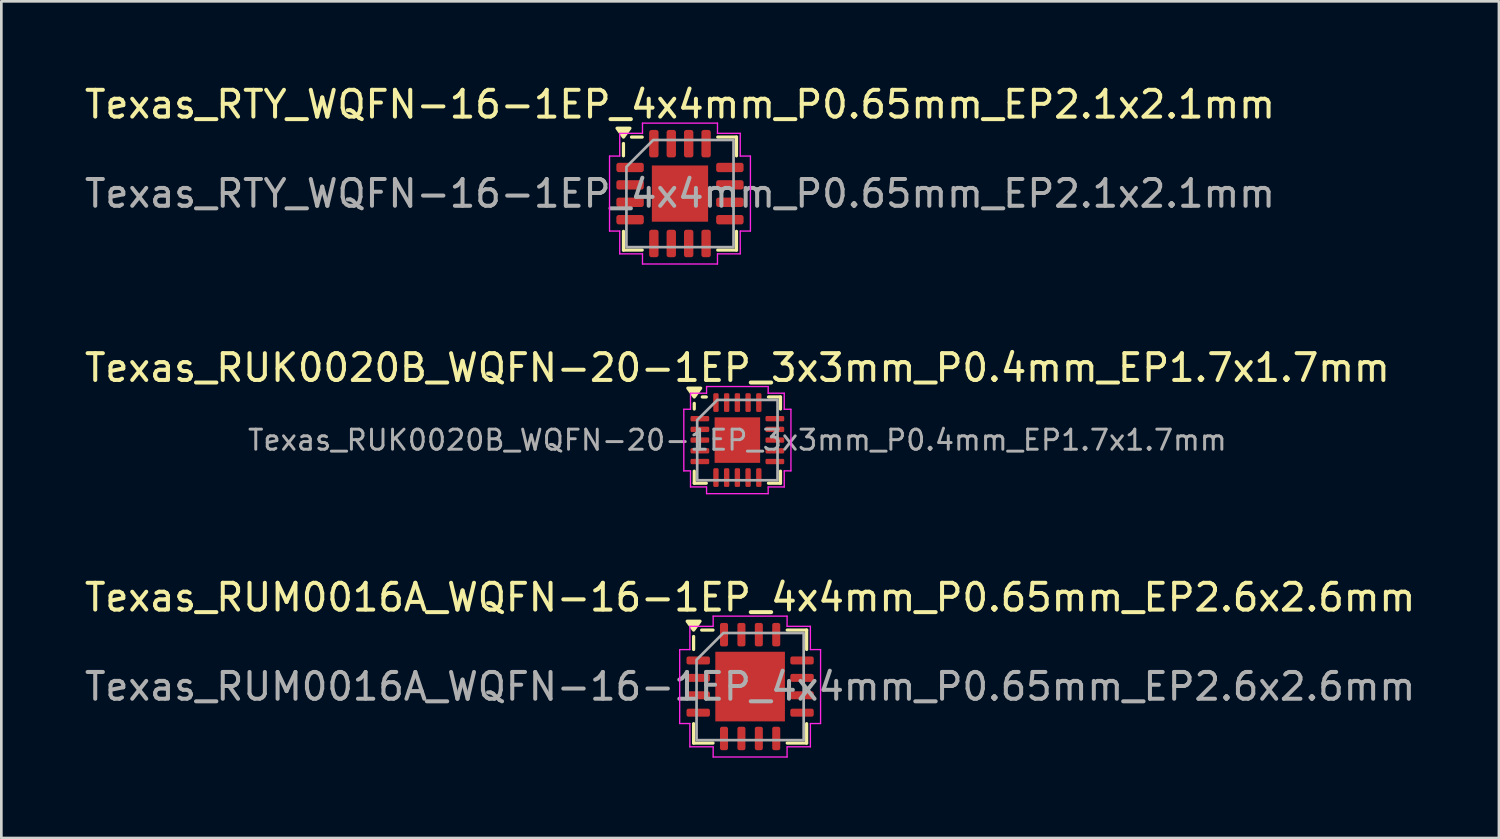
<source format=kicad_pcb>
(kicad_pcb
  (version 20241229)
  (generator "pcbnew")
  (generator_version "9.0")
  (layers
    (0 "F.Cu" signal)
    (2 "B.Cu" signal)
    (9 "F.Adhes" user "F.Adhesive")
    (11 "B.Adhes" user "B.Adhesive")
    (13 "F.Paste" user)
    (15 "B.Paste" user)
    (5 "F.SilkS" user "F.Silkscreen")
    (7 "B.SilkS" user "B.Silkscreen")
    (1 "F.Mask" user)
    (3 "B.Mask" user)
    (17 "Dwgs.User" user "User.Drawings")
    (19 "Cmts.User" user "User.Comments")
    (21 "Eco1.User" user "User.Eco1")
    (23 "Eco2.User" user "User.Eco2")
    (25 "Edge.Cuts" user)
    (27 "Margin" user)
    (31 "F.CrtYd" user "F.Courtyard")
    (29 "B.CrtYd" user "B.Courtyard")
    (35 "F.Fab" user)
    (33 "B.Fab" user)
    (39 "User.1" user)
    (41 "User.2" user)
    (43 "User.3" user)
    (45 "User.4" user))
  (footprint "Texas_RTY_WQFN-16-1EP_4x4mm_P0.65mm_EP2.1x2.1mm"
    (layer "F.Cu")
    (at 22.339 4.178)
    (property "Reference" "Texas_RTY_WQFN-16-1EP_4x4mm_P0.65mm_EP2.1x2.1mm" (at 0 -3.33 0) (layer "F.SilkS") (effects (font (size 1 1) (thickness 0.15))))
    (attr smd)
    (fp_line (start -2.11 -1.41) (end -2.11 -1.87) (stroke (width 0.12) (type solid)) (layer "F.SilkS"))
    (fp_line (start -2.11 2.11) (end -2.11 1.41) (stroke (width 0.12) (type solid)) (layer "F.SilkS"))
    (fp_line (start -1.41 -2.11) (end -1.81 -2.11) (stroke (width 0.12) (type solid)) (layer "F.SilkS"))
    (fp_line (start -1.41 2.11) (end -2.11 2.11) (stroke (width 0.12) (type solid)) (layer "F.SilkS"))
    (fp_line (start 1.41 -2.11) (end 2.11 -2.11) (stroke (width 0.12) (type solid)) (layer "F.SilkS"))
    (fp_line (start 1.41 2.11) (end 2.11 2.11) (stroke (width 0.12) (type solid)) (layer "F.SilkS"))
    (fp_line (start 2.11 -2.11) (end 2.11 -1.41) (stroke (width 0.12) (type solid)) (layer "F.SilkS"))
    (fp_line (start 2.11 2.11) (end 2.11 1.41) (stroke (width 0.12) (type solid)) (layer "F.SilkS"))
    (fp_poly (pts (xy -2.11 -2.11) (xy -2.35 -2.44) (xy -1.87 -2.44)) (stroke (width 0.12) (type solid)) (fill yes) (layer "F.SilkS"))
    (fp_line (start -2.63 -1.4) (end -2.25 -1.4) (stroke (width 0.05) (type solid)) (layer "F.CrtYd"))
    (fp_line (start -2.63 1.4) (end -2.63 -1.4) (stroke (width 0.05) (type solid)) (layer "F.CrtYd"))
    (fp_line (start -2.25 -2.25) (end -1.4 -2.25) (stroke (width 0.05) (type solid)) (layer "F.CrtYd"))
    (fp_line (start -2.25 -1.4) (end -2.25 -2.25) (stroke (width 0.05) (type solid)) (layer "F.CrtYd"))
    (fp_line (start -2.25 1.4) (end -2.63 1.4) (stroke (width 0.05) (type solid)) (layer "F.CrtYd"))
    (fp_line (start -2.25 2.25) (end -2.25 1.4) (stroke (width 0.05) (type solid)) (layer "F.CrtYd"))
    (fp_line (start -1.4 -2.63) (end 1.4 -2.63) (stroke (width 0.05) (type solid)) (layer "F.CrtYd"))
    (fp_line (start -1.4 -2.25) (end -1.4 -2.63) (stroke (width 0.05) (type solid)) (layer "F.CrtYd"))
    (fp_line (start -1.4 2.25) (end -2.25 2.25) (stroke (width 0.05) (type solid)) (layer "F.CrtYd"))
    (fp_line (start -1.4 2.63) (end -1.4 2.25) (stroke (width 0.05) (type solid)) (layer "F.CrtYd"))
    (fp_line (start 1.4 -2.63) (end 1.4 -2.25) (stroke (width 0.05) (type solid)) (layer "F.CrtYd"))
    (fp_line (start 1.4 -2.25) (end 2.25 -2.25) (stroke (width 0.05) (type solid)) (layer "F.CrtYd"))
    (fp_line (start 1.4 2.25) (end 1.4 2.63) (stroke (width 0.05) (type solid)) (layer "F.CrtYd"))
    (fp_line (start 1.4 2.63) (end -1.4 2.63) (stroke (width 0.05) (type solid)) (layer "F.CrtYd"))
    (fp_line (start 2.25 -2.25) (end 2.25 -1.4) (stroke (width 0.05) (type solid)) (layer "F.CrtYd"))
    (fp_line (start 2.25 -1.4) (end 2.63 -1.4) (stroke (width 0.05) (type solid)) (layer "F.CrtYd"))
    (fp_line (start 2.25 1.4) (end 2.25 2.25) (stroke (width 0.05) (type solid)) (layer "F.CrtYd"))
    (fp_line (start 2.25 2.25) (end 1.4 2.25) (stroke (width 0.05) (type solid)) (layer "F.CrtYd"))
    (fp_line (start 2.63 -1.4) (end 2.63 1.4) (stroke (width 0.05) (type solid)) (layer "F.CrtYd"))
    (fp_line (start 2.63 1.4) (end 2.25 1.4) (stroke (width 0.05) (type solid)) (layer "F.CrtYd"))
    (fp_poly (pts (xy -2 -1) (xy -2 2) (xy 2 2) (xy 2 -2) (xy -1 -2)) (stroke (width 0.1) (type solid)) (fill no) (layer "F.Fab"))
    (fp_text user "${REFERENCE}" (at 0 0 0) (layer "F.Fab") (effects (font (size 1 1) (thickness 0.15))))
    (pad "" smd roundrect (at -0.525 -0.525) (size 0.85 0.85) (layers "F.Paste") (roundrect_rratio 0.25))
    (pad "" smd roundrect (at -0.525 0.525) (size 0.85 0.85) (layers "F.Paste") (roundrect_rratio 0.25))
    (pad "" smd roundrect (at 0.525 -0.525) (size 0.85 0.85) (layers "F.Paste") (roundrect_rratio 0.25))
    (pad "" smd roundrect (at 0.525 0.525) (size 0.85 0.85) (layers "F.Paste") (roundrect_rratio 0.25))
    (pad "1" smd roundrect (at -1.863 -0.975) (size 1.025 0.35) (layers "F.Cu" "F.Mask" "F.Paste") (roundrect_rratio 0.25))
    (pad "2" smd roundrect (at -1.863 -0.325) (size 1.025 0.35) (layers "F.Cu" "F.Mask" "F.Paste") (roundrect_rratio 0.25))
    (pad "3" smd roundrect (at -1.863 0.325) (size 1.025 0.35) (layers "F.Cu" "F.Mask" "F.Paste") (roundrect_rratio 0.25))
    (pad "4" smd roundrect (at -1.863 0.975) (size 1.025 0.35) (layers "F.Cu" "F.Mask" "F.Paste") (roundrect_rratio 0.25))
    (pad "5" smd roundrect (at -0.975 1.863) (size 0.35 1.025) (layers "F.Cu" "F.Mask" "F.Paste") (roundrect_rratio 0.25))
    (pad "6" smd roundrect (at -0.325 1.863) (size 0.35 1.025) (layers "F.Cu" "F.Mask" "F.Paste") (roundrect_rratio 0.25))
    (pad "7" smd roundrect (at 0.325 1.863) (size 0.35 1.025) (layers "F.Cu" "F.Mask" "F.Paste") (roundrect_rratio 0.25))
    (pad "8" smd roundrect (at 0.975 1.863) (size 0.35 1.025) (layers "F.Cu" "F.Mask" "F.Paste") (roundrect_rratio 0.25))
    (pad "9" smd roundrect (at 1.863 0.975) (size 1.025 0.35) (layers "F.Cu" "F.Mask" "F.Paste") (roundrect_rratio 0.25))
    (pad "10" smd roundrect (at 1.863 0.325) (size 1.025 0.35) (layers "F.Cu" "F.Mask" "F.Paste") (roundrect_rratio 0.25))
    (pad "11" smd roundrect (at 1.863 -0.325) (size 1.025 0.35) (layers "F.Cu" "F.Mask" "F.Paste") (roundrect_rratio 0.25))
    (pad "12" smd roundrect (at 1.863 -0.975) (size 1.025 0.35) (layers "F.Cu" "F.Mask" "F.Paste") (roundrect_rratio 0.25))
    (pad "13" smd roundrect (at 0.975 -1.863) (size 0.35 1.025) (layers "F.Cu" "F.Mask" "F.Paste") (roundrect_rratio 0.25))
    (pad "14" smd roundrect (at 0.325 -1.863) (size 0.35 1.025) (layers "F.Cu" "F.Mask" "F.Paste") (roundrect_rratio 0.25))
    (pad "15" smd roundrect (at -0.325 -1.863) (size 0.35 1.025) (layers "F.Cu" "F.Mask" "F.Paste") (roundrect_rratio 0.25))
    (pad "16" smd roundrect (at -0.975 -1.863) (size 0.35 1.025) (layers "F.Cu" "F.Mask" "F.Paste") (roundrect_rratio 0.25))
    (pad "17" smd rect (at 0 0) (size 2.1 2.1) (property pad_prop_heatsink) (layers "F.Cu" "F.Mask")))
  (footprint "Texas_RUK0020B_WQFN-20-1EP_3x3mm_P0.4mm_EP1.7x1.7mm"
    (layer "F.Cu")
    (at 24.482 13.382)
    (property "Reference" "Texas_RUK0020B_WQFN-20-1EP_3x3mm_P0.4mm_EP1.7x1.7mm" (at 0 -2.7 0) (layer "F.SilkS") (effects (font (size 1 1) (thickness 0.15))))
    (attr smd)
    (fp_line (start -1.61 -1.16) (end -1.61 -1.37) (stroke (width 0.12) (type solid)) (layer "F.SilkS"))
    (fp_line (start -1.61 1.61) (end -1.61 1.16) (stroke (width 0.12) (type solid)) (layer "F.SilkS"))
    (fp_line (start -1.16 -1.61) (end -1.31 -1.61) (stroke (width 0.12) (type solid)) (layer "F.SilkS"))
    (fp_line (start -1.16 1.61) (end -1.61 1.61) (stroke (width 0.12) (type solid)) (layer "F.SilkS"))
    (fp_line (start 1.16 -1.61) (end 1.61 -1.61) (stroke (width 0.12) (type solid)) (layer "F.SilkS"))
    (fp_line (start 1.16 1.61) (end 1.61 1.61) (stroke (width 0.12) (type solid)) (layer "F.SilkS"))
    (fp_line (start 1.61 -1.61) (end 1.61 -1.16) (stroke (width 0.12) (type solid)) (layer "F.SilkS"))
    (fp_line (start 1.61 1.61) (end 1.61 1.16) (stroke (width 0.12) (type solid)) (layer "F.SilkS"))
    (fp_poly (pts (xy -1.61 -1.61) (xy -1.85 -1.94) (xy -1.37 -1.94)) (stroke (width 0.12) (type solid)) (fill yes) (layer "F.SilkS"))
    (fp_line (start -2 -1.15) (end -1.75 -1.15) (stroke (width 0.05) (type solid)) (layer "F.CrtYd"))
    (fp_line (start -2 1.15) (end -2 -1.15) (stroke (width 0.05) (type solid)) (layer "F.CrtYd"))
    (fp_line (start -1.75 -1.75) (end -1.15 -1.75) (stroke (width 0.05) (type solid)) (layer "F.CrtYd"))
    (fp_line (start -1.75 -1.15) (end -1.75 -1.75) (stroke (width 0.05) (type solid)) (layer "F.CrtYd"))
    (fp_line (start -1.75 1.15) (end -2 1.15) (stroke (width 0.05) (type solid)) (layer "F.CrtYd"))
    (fp_line (start -1.75 1.75) (end -1.75 1.15) (stroke (width 0.05) (type solid)) (layer "F.CrtYd"))
    (fp_line (start -1.15 -2) (end 1.15 -2) (stroke (width 0.05) (type solid)) (layer "F.CrtYd"))
    (fp_line (start -1.15 -1.75) (end -1.15 -2) (stroke (width 0.05) (type solid)) (layer "F.CrtYd"))
    (fp_line (start -1.15 1.75) (end -1.75 1.75) (stroke (width 0.05) (type solid)) (layer "F.CrtYd"))
    (fp_line (start -1.15 2) (end -1.15 1.75) (stroke (width 0.05) (type solid)) (layer "F.CrtYd"))
    (fp_line (start 1.15 -2) (end 1.15 -1.75) (stroke (width 0.05) (type solid)) (layer "F.CrtYd"))
    (fp_line (start 1.15 -1.75) (end 1.75 -1.75) (stroke (width 0.05) (type solid)) (layer "F.CrtYd"))
    (fp_line (start 1.15 1.75) (end 1.15 2) (stroke (width 0.05) (type solid)) (layer "F.CrtYd"))
    (fp_line (start 1.15 2) (end -1.15 2) (stroke (width 0.05) (type solid)) (layer "F.CrtYd"))
    (fp_line (start 1.75 -1.75) (end 1.75 -1.15) (stroke (width 0.05) (type solid)) (layer "F.CrtYd"))
    (fp_line (start 1.75 -1.15) (end 2 -1.15) (stroke (width 0.05) (type solid)) (layer "F.CrtYd"))
    (fp_line (start 1.75 1.15) (end 1.75 1.75) (stroke (width 0.05) (type solid)) (layer "F.CrtYd"))
    (fp_line (start 1.75 1.75) (end 1.15 1.75) (stroke (width 0.05) (type solid)) (layer "F.CrtYd"))
    (fp_line (start 2 -1.15) (end 2 1.15) (stroke (width 0.05) (type solid)) (layer "F.CrtYd"))
    (fp_line (start 2 1.15) (end 1.75 1.15) (stroke (width 0.05) (type solid)) (layer "F.CrtYd"))
    (fp_poly (pts (xy -1.5 -0.75) (xy -1.5 1.5) (xy 1.5 1.5) (xy 1.5 -1.5) (xy -0.75 -1.5)) (stroke (width 0.1) (type solid)) (fill no) (layer "F.Fab"))
    (fp_text user "${REFERENCE}" (at 0 0 0) (layer "F.Fab") (effects (font (size 0.75 0.75) (thickness 0.11))))
    (pad "" smd roundrect (at -0.425 -0.425) (size 0.69 0.69) (layers "F.Paste") (roundrect_rratio 0.25))
    (pad "" smd roundrect (at -0.425 0.425) (size 0.69 0.69) (layers "F.Paste") (roundrect_rratio 0.25))
    (pad "" smd roundrect (at 0.425 -0.425) (size 0.69 0.69) (layers "F.Paste") (roundrect_rratio 0.25))
    (pad "" smd roundrect (at 0.425 0.425) (size 0.69 0.69) (layers "F.Paste") (roundrect_rratio 0.25))
    (pad "1" smd roundrect (at -1.4 -0.8) (size 0.7 0.2) (layers "F.Cu" "F.Mask" "F.Paste") (roundrect_rratio 0.25))
    (pad "2" smd roundrect (at -1.4 -0.4) (size 0.7 0.2) (layers "F.Cu" "F.Mask" "F.Paste") (roundrect_rratio 0.25))
    (pad "3" smd roundrect (at -1.4 0) (size 0.7 0.2) (layers "F.Cu" "F.Mask" "F.Paste") (roundrect_rratio 0.25))
    (pad "4" smd roundrect (at -1.4 0.4) (size 0.7 0.2) (layers "F.Cu" "F.Mask" "F.Paste") (roundrect_rratio 0.25))
    (pad "5" smd roundrect (at -1.4 0.8) (size 0.7 0.2) (layers "F.Cu" "F.Mask" "F.Paste") (roundrect_rratio 0.25))
    (pad "6" smd roundrect (at -0.8 1.4) (size 0.2 0.7) (layers "F.Cu" "F.Mask" "F.Paste") (roundrect_rratio 0.25))
    (pad "7" smd roundrect (at -0.4 1.4) (size 0.2 0.7) (layers "F.Cu" "F.Mask" "F.Paste") (roundrect_rratio 0.25))
    (pad "8" smd roundrect (at 0 1.4) (size 0.2 0.7) (layers "F.Cu" "F.Mask" "F.Paste") (roundrect_rratio 0.25))
    (pad "9" smd roundrect (at 0.4 1.4) (size 0.2 0.7) (layers "F.Cu" "F.Mask" "F.Paste") (roundrect_rratio 0.25))
    (pad "10" smd roundrect (at 0.8 1.4) (size 0.2 0.7) (layers "F.Cu" "F.Mask" "F.Paste") (roundrect_rratio 0.25))
    (pad "11" smd roundrect (at 1.4 0.8) (size 0.7 0.2) (layers "F.Cu" "F.Mask" "F.Paste") (roundrect_rratio 0.25))
    (pad "12" smd roundrect (at 1.4 0.4) (size 0.7 0.2) (layers "F.Cu" "F.Mask" "F.Paste") (roundrect_rratio 0.25))
    (pad "13" smd roundrect (at 1.4 0) (size 0.7 0.2) (layers "F.Cu" "F.Mask" "F.Paste") (roundrect_rratio 0.25))
    (pad "14" smd roundrect (at 1.4 -0.4) (size 0.7 0.2) (layers "F.Cu" "F.Mask" "F.Paste") (roundrect_rratio 0.25))
    (pad "15" smd roundrect (at 1.4 -0.8) (size 0.7 0.2) (layers "F.Cu" "F.Mask" "F.Paste") (roundrect_rratio 0.25))
    (pad "16" smd roundrect (at 0.8 -1.4) (size 0.2 0.7) (layers "F.Cu" "F.Mask" "F.Paste") (roundrect_rratio 0.25))
    (pad "17" smd roundrect (at 0.4 -1.4) (size 0.2 0.7) (layers "F.Cu" "F.Mask" "F.Paste") (roundrect_rratio 0.25))
    (pad "18" smd roundrect (at 0 -1.4) (size 0.2 0.7) (layers "F.Cu" "F.Mask" "F.Paste") (roundrect_rratio 0.25))
    (pad "19" smd roundrect (at -0.4 -1.4) (size 0.2 0.7) (layers "F.Cu" "F.Mask" "F.Paste") (roundrect_rratio 0.25))
    (pad "20" smd roundrect (at -0.8 -1.4) (size 0.2 0.7) (layers "F.Cu" "F.Mask" "F.Paste") (roundrect_rratio 0.25))
    (pad "21" smd rect (at 0 0) (size 1.7 1.7) (property pad_prop_heatsink) (layers "F.Cu" "F.Mask")))
  (footprint "Texas_RUM0016A_WQFN-16-1EP_4x4mm_P0.65mm_EP2.6x2.6mm"
    (layer "F.Cu")
    (at 24.958 22.585)
    (property "Reference" "Texas_RUM0016A_WQFN-16-1EP_4x4mm_P0.65mm_EP2.6x2.6mm" (at 0 -3.33 0) (layer "F.SilkS") (effects (font (size 1 1) (thickness 0.15))))
    (attr smd)
    (fp_line (start -2.11 -1.385) (end -2.11 -1.87) (stroke (width 0.12) (type solid)) (layer "F.SilkS"))
    (fp_line (start -2.11 2.11) (end -2.11 1.385) (stroke (width 0.12) (type solid)) (layer "F.SilkS"))
    (fp_line (start -1.385 -2.11) (end -1.81 -2.11) (stroke (width 0.12) (type solid)) (layer "F.SilkS"))
    (fp_line (start -1.385 2.11) (end -2.11 2.11) (stroke (width 0.12) (type solid)) (layer "F.SilkS"))
    (fp_line (start 1.385 -2.11) (end 2.11 -2.11) (stroke (width 0.12) (type solid)) (layer "F.SilkS"))
    (fp_line (start 1.385 2.11) (end 2.11 2.11) (stroke (width 0.12) (type solid)) (layer "F.SilkS"))
    (fp_line (start 2.11 -2.11) (end 2.11 -1.385) (stroke (width 0.12) (type solid)) (layer "F.SilkS"))
    (fp_line (start 2.11 2.11) (end 2.11 1.385) (stroke (width 0.12) (type solid)) (layer "F.SilkS"))
    (fp_poly (pts (xy -2.11 -2.11) (xy -2.35 -2.44) (xy -1.87 -2.44)) (stroke (width 0.12) (type solid)) (fill yes) (layer "F.SilkS"))
    (fp_line (start -2.63 -1.38) (end -2.25 -1.38) (stroke (width 0.05) (type solid)) (layer "F.CrtYd"))
    (fp_line (start -2.63 1.38) (end -2.63 -1.38) (stroke (width 0.05) (type solid)) (layer "F.CrtYd"))
    (fp_line (start -2.25 -2.25) (end -1.38 -2.25) (stroke (width 0.05) (type solid)) (layer "F.CrtYd"))
    (fp_line (start -2.25 -1.38) (end -2.25 -2.25) (stroke (width 0.05) (type solid)) (layer "F.CrtYd"))
    (fp_line (start -2.25 1.38) (end -2.63 1.38) (stroke (width 0.05) (type solid)) (layer "F.CrtYd"))
    (fp_line (start -2.25 2.25) (end -2.25 1.38) (stroke (width 0.05) (type solid)) (layer "F.CrtYd"))
    (fp_line (start -1.38 -2.63) (end 1.38 -2.63) (stroke (width 0.05) (type solid)) (layer "F.CrtYd"))
    (fp_line (start -1.38 -2.25) (end -1.38 -2.63) (stroke (width 0.05) (type solid)) (layer "F.CrtYd"))
    (fp_line (start -1.38 2.25) (end -2.25 2.25) (stroke (width 0.05) (type solid)) (layer "F.CrtYd"))
    (fp_line (start -1.38 2.63) (end -1.38 2.25) (stroke (width 0.05) (type solid)) (layer "F.CrtYd"))
    (fp_line (start 1.38 -2.63) (end 1.38 -2.25) (stroke (width 0.05) (type solid)) (layer "F.CrtYd"))
    (fp_line (start 1.38 -2.25) (end 2.25 -2.25) (stroke (width 0.05) (type solid)) (layer "F.CrtYd"))
    (fp_line (start 1.38 2.25) (end 1.38 2.63) (stroke (width 0.05) (type solid)) (layer "F.CrtYd"))
    (fp_line (start 1.38 2.63) (end -1.38 2.63) (stroke (width 0.05) (type solid)) (layer "F.CrtYd"))
    (fp_line (start 2.25 -2.25) (end 2.25 -1.38) (stroke (width 0.05) (type solid)) (layer "F.CrtYd"))
    (fp_line (start 2.25 -1.38) (end 2.63 -1.38) (stroke (width 0.05) (type solid)) (layer "F.CrtYd"))
    (fp_line (start 2.25 1.38) (end 2.25 2.25) (stroke (width 0.05) (type solid)) (layer "F.CrtYd"))
    (fp_line (start 2.25 2.25) (end 1.38 2.25) (stroke (width 0.05) (type solid)) (layer "F.CrtYd"))
    (fp_line (start 2.63 -1.38) (end 2.63 1.38) (stroke (width 0.05) (type solid)) (layer "F.CrtYd"))
    (fp_line (start 2.63 1.38) (end 2.25 1.38) (stroke (width 0.05) (type solid)) (layer "F.CrtYd"))
    (fp_poly (pts (xy -2 -1) (xy -2 2) (xy 2 2) (xy 2 -2) (xy -1 -2)) (stroke (width 0.1) (type solid)) (fill no) (layer "F.Fab"))
    (fp_text user "${REFERENCE}" (at 0 0 0) (layer "F.Fab") (effects (font (size 1 1) (thickness 0.15))))
    (pad "" smd roundrect (at -0.65 -0.65) (size 1.05 1.05) (layers "F.Paste") (roundrect_rratio 0.238))
    (pad "" smd roundrect (at -0.65 0.65) (size 1.05 1.05) (layers "F.Paste") (roundrect_rratio 0.238))
    (pad "" smd roundrect (at 0.65 -0.65) (size 1.05 1.05) (layers "F.Paste") (roundrect_rratio 0.238))
    (pad "" smd roundrect (at 0.65 0.65) (size 1.05 1.05) (layers "F.Paste") (roundrect_rratio 0.238))
    (pad "1" smd roundrect (at -1.938 -0.975) (size 0.875 0.3) (layers "F.Cu" "F.Mask" "F.Paste") (roundrect_rratio 0.25))
    (pad "2" smd roundrect (at -1.938 -0.325) (size 0.875 0.3) (layers "F.Cu" "F.Mask" "F.Paste") (roundrect_rratio 0.25))
    (pad "3" smd roundrect (at -1.938 0.325) (size 0.875 0.3) (layers "F.Cu" "F.Mask" "F.Paste") (roundrect_rratio 0.25))
    (pad "4" smd roundrect (at -1.938 0.975) (size 0.875 0.3) (layers "F.Cu" "F.Mask" "F.Paste") (roundrect_rratio 0.25))
    (pad "5" smd roundrect (at -0.975 1.938) (size 0.3 0.875) (layers "F.Cu" "F.Mask" "F.Paste") (roundrect_rratio 0.25))
    (pad "6" smd roundrect (at -0.325 1.938) (size 0.3 0.875) (layers "F.Cu" "F.Mask" "F.Paste") (roundrect_rratio 0.25))
    (pad "7" smd roundrect (at 0.325 1.938) (size 0.3 0.875) (layers "F.Cu" "F.Mask" "F.Paste") (roundrect_rratio 0.25))
    (pad "8" smd roundrect (at 0.975 1.938) (size 0.3 0.875) (layers "F.Cu" "F.Mask" "F.Paste") (roundrect_rratio 0.25))
    (pad "9" smd roundrect (at 1.938 0.975) (size 0.875 0.3) (layers "F.Cu" "F.Mask" "F.Paste") (roundrect_rratio 0.25))
    (pad "10" smd roundrect (at 1.938 0.325) (size 0.875 0.3) (layers "F.Cu" "F.Mask" "F.Paste") (roundrect_rratio 0.25))
    (pad "11" smd roundrect (at 1.938 -0.325) (size 0.875 0.3) (layers "F.Cu" "F.Mask" "F.Paste") (roundrect_rratio 0.25))
    (pad "12" smd roundrect (at 1.938 -0.975) (size 0.875 0.3) (layers "F.Cu" "F.Mask" "F.Paste") (roundrect_rratio 0.25))
    (pad "13" smd roundrect (at 0.975 -1.938) (size 0.3 0.875) (layers "F.Cu" "F.Mask" "F.Paste") (roundrect_rratio 0.25))
    (pad "14" smd roundrect (at 0.325 -1.938) (size 0.3 0.875) (layers "F.Cu" "F.Mask" "F.Paste") (roundrect_rratio 0.25))
    (pad "15" smd roundrect (at -0.325 -1.938) (size 0.3 0.875) (layers "F.Cu" "F.Mask" "F.Paste") (roundrect_rratio 0.25))
    (pad "16" smd roundrect (at -0.975 -1.938) (size 0.3 0.875) (layers "F.Cu" "F.Mask" "F.Paste") (roundrect_rratio 0.25))
    (pad "17" smd rect (at 0 0) (size 2.6 2.6) (property pad_prop_heatsink) (layers "F.Cu" "F.Mask")))
  (gr_rect
    (start -3 -3)
    (end 52.917 28.24)
    (stroke (width 0.1) (type default))
    (fill no)
    (layer "Edge.Cuts")))
</source>
